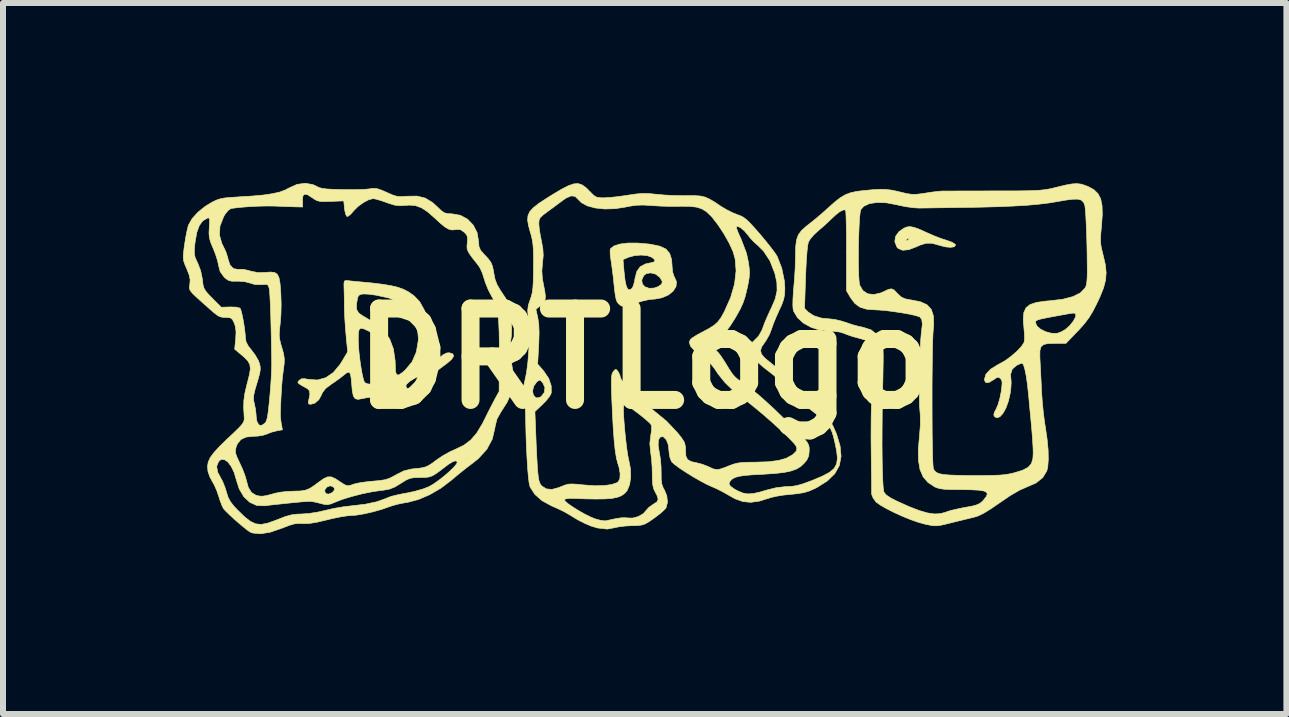
<source format=kicad_pcb>
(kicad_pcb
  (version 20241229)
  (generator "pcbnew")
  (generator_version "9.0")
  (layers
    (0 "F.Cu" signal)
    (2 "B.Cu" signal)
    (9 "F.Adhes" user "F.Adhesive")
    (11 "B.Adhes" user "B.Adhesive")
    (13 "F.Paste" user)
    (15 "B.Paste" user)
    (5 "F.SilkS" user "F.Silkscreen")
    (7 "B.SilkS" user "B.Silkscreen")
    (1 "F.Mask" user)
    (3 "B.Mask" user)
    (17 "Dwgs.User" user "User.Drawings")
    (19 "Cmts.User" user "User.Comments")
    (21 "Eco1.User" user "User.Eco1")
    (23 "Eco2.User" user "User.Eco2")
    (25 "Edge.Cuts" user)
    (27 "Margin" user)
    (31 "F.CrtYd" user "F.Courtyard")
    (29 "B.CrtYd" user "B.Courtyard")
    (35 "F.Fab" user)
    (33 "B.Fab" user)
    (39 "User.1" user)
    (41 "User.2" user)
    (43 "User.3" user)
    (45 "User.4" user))
  (footprint "DRTLogo"
    (layer "F.Cu")
    (at 7.697 2.928)
    (property "Reference" "DRTLogo" (at 0 0 180) (layer "F.SilkS") (effects (font (size 1.524 1.524) (thickness 0.3))))
    (attr through_hole)
    (fp_poly (pts (xy 4.49 -2.188) (xy 4.577 -2.157) (xy 4.696 -2.103) (xy 4.709 -2.097) (xy 4.821 -2.048) (xy 4.939 -2.002) (xy 5.036 -1.971) (xy 5.127 -1.938) (xy 5.175 -1.907) (xy 5.182 -1.892) (xy 5.16 -1.864) (xy 5.101 -1.855) (xy 5.017 -1.862) (xy 4.918 -1.887) (xy 4.902 -1.892) (xy 4.79 -1.923) (xy 4.693 -1.923) (xy 4.591 -1.892) (xy 4.534 -1.866) (xy 4.404 -1.816) (xy 4.301 -1.806) (xy 4.227 -1.836) (xy 4.205 -1.86) (xy 4.17 -1.948) (xy 4.172 -1.963) (xy 4.346 -1.963) (xy 4.371 -1.968) (xy 4.376 -1.97) (xy 4.407 -1.99) (xy 4.408 -2.002) (xy 4.381 -1.999) (xy 4.362 -1.984) (xy 4.346 -1.963) (xy 4.172 -1.963) (xy 4.182 -2.036) (xy 4.239 -2.116) (xy 4.322 -2.174) (xy 4.374 -2.195) (xy 4.426 -2.2) (xy 4.49 -2.188)) (stroke (width 0.01) (type solid)) (fill yes) (layer "F.SilkS"))
    (fp_poly (pts (xy 0.071 -1.91) (xy 0.109 -1.904) (xy 0.252 -1.874) (xy 0.353 -1.827) (xy 0.416 -1.755) (xy 0.449 -1.652) (xy 0.458 -1.527) (xy 0.466 -1.444) (xy 0.487 -1.377) (xy 0.496 -1.36) (xy 0.531 -1.28) (xy 0.522 -1.199) (xy 0.474 -1.124) (xy 0.394 -1.06) (xy 0.287 -1.014) (xy 0.161 -0.991) (xy 0.127 -0.99) (xy 0.058 -0.981) (xy -0.038 -0.959) (xy -0.139 -0.927) (xy -0.14 -0.927) (xy -0.244 -0.891) (xy -0.312 -0.872) (xy -0.357 -0.868) (xy -0.391 -0.88) (xy -0.427 -0.906) (xy -0.429 -0.908) (xy -0.455 -0.937) (xy -0.474 -0.981) (xy -0.489 -1.051) (xy -0.503 -1.157) (xy -0.509 -1.219) (xy -0.523 -1.352) (xy -0.54 -1.485) (xy -0.555 -1.599) (xy -0.562 -1.643) (xy -0.563 -1.651) (xy -0.361 -1.651) (xy -0.343 -1.442) (xy -0.326 -1.296) (xy -0.304 -1.2) (xy -0.276 -1.151) (xy -0.241 -1.147) (xy -0.206 -1.177) (xy -0.186 -1.222) (xy -0.167 -1.295) (xy -0.165 -1.31) (xy -0.049 -1.31) (xy -0.039 -1.245) (xy 0.005 -1.197) (xy 0.074 -1.172) (xy 0.159 -1.176) (xy 0.227 -1.201) (xy 0.283 -1.241) (xy 0.294 -1.286) (xy 0.259 -1.345) (xy 0.249 -1.358) (xy 0.181 -1.409) (xy 0.101 -1.429) (xy 0.027 -1.418) (xy -0.016 -1.383) (xy -0.049 -1.31) (xy -0.165 -1.31) (xy -0.162 -1.331) (xy -0.131 -1.452) (xy -0.074 -1.532) (xy 0.013 -1.578) (xy 0.064 -1.589) (xy 0.143 -1.606) (xy 0.173 -1.628) (xy 0.157 -1.659) (xy 0.121 -1.688) (xy 0.047 -1.716) (xy -0.055 -1.726) (xy -0.166 -1.718) (xy -0.266 -1.691) (xy -0.27 -1.689) (xy -0.361 -1.651) (xy -0.563 -1.651) (xy -0.574 -1.73) (xy -0.576 -1.799) (xy -0.571 -1.83) (xy -0.514 -1.877) (xy -0.415 -1.909) (xy -0.28 -1.926) (xy -0.116 -1.926) (xy 0.071 -1.91)) (stroke (width 0.01) (type solid)) (fill yes) (layer "F.SilkS"))
    (fp_poly (pts (xy -4.953 -1.3) (xy -4.89 -1.293) (xy -4.802 -1.284) (xy -4.763 -1.281) (xy -4.543 -1.26) (xy -4.367 -1.239) (xy -4.226 -1.215) (xy -4.113 -1.188) (xy -4.021 -1.155) (xy -3.941 -1.114) (xy -3.866 -1.062) (xy -3.838 -1.04) (xy -3.75 -0.947) (xy -3.678 -0.818) (xy -3.619 -0.647) (xy -3.596 -0.557) (xy -3.577 -0.465) (xy -3.571 -0.388) (xy -3.578 -0.304) (xy -3.595 -0.205) (xy -3.62 -0.061) (xy -3.627 0.037) (xy -3.616 0.091) (xy -3.585 0.104) (xy -3.531 0.077) (xy -3.454 0.013) (xy -3.437 -0.002) (xy -3.359 -0.065) (xy -3.299 -0.094) (xy -3.257 -0.097) (xy -3.198 -0.078) (xy -3.185 -0.04) (xy -3.219 0.013) (xy -3.293 0.077) (xy -3.367 0.132) (xy -3.432 0.18) (xy -3.46 0.201) (xy -3.513 0.226) (xy -3.593 0.248) (xy -3.64 0.257) (xy -3.73 0.282) (xy -3.825 0.323) (xy -3.908 0.373) (xy -3.966 0.424) (xy -3.981 0.45) (xy -3.971 0.487) (xy -3.939 0.525) (xy -3.899 0.576) (xy -3.886 0.619) (xy -3.891 0.647) (xy -3.915 0.658) (xy -3.971 0.653) (xy -4.007 0.647) (xy -4.107 0.637) (xy -4.235 0.633) (xy -4.374 0.634) (xy -4.51 0.64) (xy -4.626 0.651) (xy -4.705 0.666) (xy -4.777 0.68) (xy -4.826 0.668) (xy -4.856 0.624) (xy -4.874 0.54) (xy -4.882 0.448) (xy -4.892 0.331) (xy -4.905 0.258) (xy -4.925 0.227) (xy -4.956 0.23) (xy -5.003 0.264) (xy -5.012 0.272) (xy -5.08 0.326) (xy -5.168 0.389) (xy -5.225 0.427) (xy -5.319 0.498) (xy -5.373 0.568) (xy -5.385 0.599) (xy -5.433 0.687) (xy -5.503 0.745) (xy -5.571 0.762) (xy -5.603 0.754) (xy -5.606 0.72) (xy -5.6 0.692) (xy -5.581 0.599) (xy -5.587 0.54) (xy -5.619 0.503) (xy -5.626 0.499) (xy -5.713 0.451) (xy -5.762 0.42) (xy -5.781 0.399) (xy -5.776 0.382) (xy -5.757 0.361) (xy -5.721 0.337) (xy -5.669 0.335) (xy -5.608 0.346) (xy -5.456 0.357) (xy -5.317 0.319) (xy -5.19 0.232) (xy -5.077 0.096) (xy -5.047 0.048) (xy -4.951 -0.113) (xy -4.971 -0.314) (xy -4.775 -0.314) (xy -4.771 -0.208) (xy -4.76 -0.083) (xy -4.744 0.048) (xy -4.725 0.173) (xy -4.705 0.282) (xy -4.684 0.362) (xy -4.667 0.4) (xy -4.627 0.419) (xy -4.549 0.43) (xy -4.493 0.432) (xy -4.409 0.43) (xy -4.362 0.421) (xy -4.339 0.4) (xy -4.328 0.366) (xy -4.321 0.303) (xy -4.322 0.205) (xy -4.328 0.09) (xy -4.338 -0.029) (xy -4.351 -0.134) (xy -4.367 -0.21) (xy -4.371 -0.223) (xy -4.44 -0.335) (xy -4.55 -0.43) (xy -4.603 -0.46) (xy -4.683 -0.497) (xy -4.734 -0.507) (xy -4.761 -0.483) (xy -4.773 -0.42) (xy -4.775 -0.314) (xy -4.971 -0.314) (xy -4.977 -0.381) (xy -4.989 -0.521) (xy -4.999 -0.67) (xy -5.005 -0.803) (xy -5.006 -0.851) (xy -5.006 -0.894) (xy -4.806 -0.894) (xy -4.801 -0.816) (xy -4.768 -0.76) (xy -4.703 -0.714) (xy -4.68 -0.701) (xy -4.492 -0.59) (xy -4.351 -0.467) (xy -4.251 -0.327) (xy -4.189 -0.162) (xy -4.16 0.036) (xy -4.157 0.133) (xy -4.152 0.224) (xy -4.134 0.27) (xy -4.098 0.272) (xy -4.038 0.232) (xy -3.991 0.19) (xy -3.878 0.055) (xy -3.806 -0.11) (xy -3.774 -0.3) (xy -3.773 -0.343) (xy -3.791 -0.536) (xy -3.847 -0.698) (xy -3.944 -0.83) (xy -4.081 -0.934) (xy -4.259 -1.009) (xy -4.477 -1.057) (xy -4.604 -1.074) (xy -4.69 -1.078) (xy -4.744 -1.069) (xy -4.774 -1.044) (xy -4.787 -1.007) (xy -4.806 -0.894) (xy -5.006 -0.894) (xy -5.007 -0.969) (xy -5.009 -1.086) (xy -5.012 -1.178) (xy -5.012 -1.181) (xy -5.013 -1.256) (xy -5.005 -1.292) (xy -4.982 -1.302) (xy -4.953 -1.3)) (stroke (width 0.01) (type solid)) (fill yes) (layer "F.SilkS"))
    (fp_poly (pts (xy 7.279 -2.908) (xy 7.351 -2.884) (xy 7.392 -2.868) (xy 7.488 -2.816) (xy 7.557 -2.75) (xy 7.602 -2.663) (xy 7.625 -2.549) (xy 7.629 -2.4) (xy 7.616 -2.216) (xy 7.604 -2.087) (xy 7.599 -1.993) (xy 7.602 -1.915) (xy 7.614 -1.839) (xy 7.637 -1.748) (xy 7.645 -1.715) (xy 7.68 -1.564) (xy 7.693 -1.434) (xy 7.684 -1.31) (xy 7.65 -1.179) (xy 7.589 -1.028) (xy 7.546 -0.935) (xy 7.475 -0.795) (xy 7.408 -0.684) (xy 7.333 -0.584) (xy 7.237 -0.477) (xy 7.219 -0.458) (xy 7.023 -0.254) (xy 6.841 -0.254) (xy 6.726 -0.251) (xy 6.651 -0.235) (xy 6.607 -0.198) (xy 6.589 -0.132) (xy 6.588 -0.027) (xy 6.591 0.034) (xy 6.597 0.147) (xy 6.604 0.29) (xy 6.612 0.443) (xy 6.617 0.554) (xy 6.628 0.713) (xy 6.645 0.89) (xy 6.666 1.059) (xy 6.681 1.151) (xy 6.709 1.344) (xy 6.726 1.524) (xy 6.729 1.68) (xy 6.72 1.803) (xy 6.704 1.872) (xy 6.637 1.983) (xy 6.526 2.072) (xy 6.38 2.136) (xy 6.252 2.192) (xy 6.095 2.283) (xy 5.92 2.402) (xy 5.77 2.505) (xy 5.652 2.578) (xy 5.558 2.623) (xy 5.498 2.642) (xy 5.417 2.662) (xy 5.304 2.689) (xy 5.181 2.719) (xy 5.126 2.733) (xy 5.009 2.762) (xy 4.927 2.78) (xy 4.866 2.787) (xy 4.81 2.786) (xy 4.747 2.775) (xy 4.661 2.757) (xy 4.661 2.757) (xy 4.555 2.727) (xy 4.428 2.682) (xy 4.291 2.626) (xy 4.155 2.564) (xy 4.031 2.501) (xy 3.93 2.443) (xy 3.863 2.395) (xy 3.854 2.387) (xy 3.809 2.324) (xy 3.785 2.265) (xy 3.784 2.254) (xy 3.784 2.214) (xy 3.783 2.131) (xy 3.782 2.011) (xy 3.78 1.863) (xy 3.778 1.692) (xy 3.776 1.511) (xy 3.774 1.322) (xy 3.775 1.142) (xy 3.776 0.98) (xy 3.779 0.845) (xy 3.783 0.745) (xy 3.788 0.691) (xy 3.795 0.615) (xy 3.802 0.503) (xy 3.808 0.367) (xy 3.812 0.223) (xy 3.812 0.19) (xy 3.813 0.025) (xy 3.809 -0.098) (xy 3.796 -0.184) (xy 3.77 -0.244) (xy 3.729 -0.284) (xy 3.668 -0.312) (xy 3.584 -0.336) (xy 3.567 -0.341) (xy 3.468 -0.368) (xy 3.379 -0.398) (xy 3.325 -0.42) (xy 3.256 -0.442) (xy 3.156 -0.455) (xy 3.081 -0.457) (xy 2.923 -0.474) (xy 2.775 -0.521) (xy 2.647 -0.592) (xy 2.548 -0.682) (xy 2.486 -0.785) (xy 2.474 -0.827) (xy 2.474 -0.838) (xy 2.665 -0.838) (xy 2.726 -0.776) (xy 2.819 -0.715) (xy 2.946 -0.675) (xy 3.092 -0.661) (xy 3.174 -0.651) (xy 3.277 -0.627) (xy 3.359 -0.601) (xy 3.464 -0.565) (xy 3.572 -0.536) (xy 3.638 -0.523) (xy 3.774 -0.479) (xy 3.882 -0.394) (xy 3.945 -0.298) (xy 3.959 -0.262) (xy 3.968 -0.215) (xy 3.974 -0.149) (xy 3.977 -0.057) (xy 3.976 0.068) (xy 3.973 0.234) (xy 3.972 0.305) (xy 3.965 0.61) (xy 3.96 0.902) (xy 3.958 1.176) (xy 3.957 1.429) (xy 3.959 1.655) (xy 3.962 1.85) (xy 3.968 2.01) (xy 3.975 2.131) (xy 3.984 2.207) (xy 3.989 2.227) (xy 4.026 2.273) (xy 4.105 2.326) (xy 4.21 2.379) (xy 4.411 2.469) (xy 4.577 2.533) (xy 4.714 2.573) (xy 4.829 2.59) (xy 4.928 2.585) (xy 5.019 2.561) (xy 5.032 2.555) (xy 5.097 2.534) (xy 5.194 2.511) (xy 5.306 2.487) (xy 5.347 2.48) (xy 5.461 2.459) (xy 5.537 2.438) (xy 5.59 2.413) (xy 5.631 2.378) (xy 5.645 2.363) (xy 5.691 2.306) (xy 5.711 2.262) (xy 5.701 2.23) (xy 5.657 2.208) (xy 5.575 2.194) (xy 5.45 2.187) (xy 5.28 2.184) (xy 5.241 2.184) (xy 5.099 2.183) (xy 4.996 2.178) (xy 4.922 2.168) (xy 4.866 2.152) (xy 4.831 2.136) (xy 4.722 2.064) (xy 4.642 1.97) (xy 4.59 1.849) (xy 4.564 1.697) (xy 4.562 1.508) (xy 4.579 1.321) (xy 4.596 1.108) (xy 4.594 0.926) (xy 4.589 0.876) (xy 4.583 0.792) (xy 4.58 0.668) (xy 4.579 0.515) (xy 4.58 0.344) (xy 4.583 0.166) (xy 4.588 -0.01) (xy 4.594 -0.173) (xy 4.602 -0.312) (xy 4.611 -0.416) (xy 4.616 -0.457) (xy 4.629 -0.576) (xy 4.619 -0.654) (xy 4.585 -0.696) (xy 4.577 -0.699) (xy 4.511 -0.719) (xy 4.407 -0.742) (xy 4.282 -0.764) (xy 4.147 -0.784) (xy 4.017 -0.801) (xy 3.906 -0.81) (xy 3.852 -0.812) (xy 3.703 -0.823) (xy 3.59 -0.857) (xy 3.504 -0.92) (xy 3.434 -1.013) (xy 3.365 -1.13) (xy 3.365 -1.618) (xy 3.563 -1.618) (xy 3.565 -1.475) (xy 3.57 -1.355) (xy 3.577 -1.267) (xy 3.584 -1.226) (xy 3.636 -1.135) (xy 3.717 -1.081) (xy 3.82 -1.068) (xy 3.94 -1.096) (xy 3.988 -1.118) (xy 4.065 -1.154) (xy 4.115 -1.163) (xy 4.159 -1.142) (xy 4.212 -1.088) (xy 4.217 -1.082) (xy 4.275 -1.028) (xy 4.337 -0.998) (xy 4.425 -0.98) (xy 4.44 -0.978) (xy 4.595 -0.948) (xy 4.706 -0.898) (xy 4.777 -0.822) (xy 4.813 -0.714) (xy 4.818 -0.57) (xy 4.813 -0.51) (xy 4.807 -0.43) (xy 4.802 -0.311) (xy 4.798 -0.16) (xy 4.795 0.017) (xy 4.793 0.212) (xy 4.791 0.421) (xy 4.791 0.636) (xy 4.791 0.851) (xy 4.792 1.061) (xy 4.793 1.258) (xy 4.796 1.437) (xy 4.799 1.59) (xy 4.803 1.712) (xy 4.808 1.797) (xy 4.813 1.838) (xy 4.814 1.839) (xy 4.836 1.874) (xy 4.867 1.9) (xy 4.913 1.919) (xy 4.982 1.933) (xy 5.08 1.941) (xy 5.213 1.946) (xy 5.387 1.949) (xy 5.467 1.949) (xy 5.653 1.949) (xy 5.798 1.947) (xy 5.911 1.943) (xy 6.001 1.935) (xy 6.079 1.923) (xy 6.154 1.906) (xy 6.172 1.901) (xy 6.304 1.86) (xy 6.393 1.812) (xy 6.447 1.751) (xy 6.472 1.667) (xy 6.477 1.58) (xy 6.475 1.491) (xy 6.468 1.371) (xy 6.458 1.238) (xy 6.452 1.162) (xy 6.438 1.011) (xy 6.421 0.837) (xy 6.406 0.67) (xy 6.4 0.607) (xy 6.381 0.431) (xy 6.36 0.285) (xy 6.337 0.174) (xy 6.315 0.103) (xy 6.294 0.076) (xy 6.294 0.076) (xy 6.257 0.087) (xy 6.2 0.113) (xy 6.197 0.115) (xy 6.128 0.176) (xy 6.099 0.264) (xy 6.106 0.342) (xy 6.11 0.399) (xy 6.105 0.486) (xy 6.093 0.582) (xy 6.063 0.712) (xy 6.022 0.825) (xy 5.973 0.913) (xy 5.922 0.969) (xy 5.872 0.987) (xy 5.836 0.97) (xy 5.82 0.94) (xy 5.83 0.896) (xy 5.858 0.843) (xy 5.89 0.77) (xy 5.92 0.668) (xy 5.942 0.561) (xy 5.955 0.461) (xy 5.959 0.397) (xy 5.951 0.359) (xy 5.932 0.333) (xy 5.902 0.311) (xy 5.869 0.317) (xy 5.818 0.351) (xy 5.74 0.397) (xy 5.689 0.402) (xy 5.666 0.365) (xy 5.664 0.346) (xy 5.689 0.261) (xy 5.764 0.179) (xy 5.886 0.103) (xy 5.911 0.09) (xy 6.009 0.035) (xy 6.111 -0.04) (xy 6.206 -0.122) (xy 6.281 -0.202) (xy 6.324 -0.268) (xy 6.325 -0.27) (xy 6.332 -0.321) (xy 6.332 -0.404) (xy 6.323 -0.503) (xy 6.323 -0.51) (xy 6.315 -0.6) (xy 6.515 -0.6) (xy 6.538 -0.544) (xy 6.598 -0.492) (xy 6.682 -0.449) (xy 6.777 -0.423) (xy 6.867 -0.421) (xy 6.882 -0.423) (xy 6.947 -0.447) (xy 7.014 -0.485) (xy 7.086 -0.549) (xy 7.146 -0.624) (xy 7.183 -0.695) (xy 7.188 -0.725) (xy 7.18 -0.752) (xy 7.147 -0.759) (xy 7.093 -0.752) (xy 6.909 -0.719) (xy 6.769 -0.693) (xy 6.666 -0.673) (xy 6.596 -0.658) (xy 6.552 -0.644) (xy 6.528 -0.632) (xy 6.517 -0.619) (xy 6.515 -0.604) (xy 6.515 -0.6) (xy 6.315 -0.6) (xy 6.311 -0.657) (xy 6.321 -0.768) (xy 6.357 -0.847) (xy 6.427 -0.902) (xy 6.534 -0.937) (xy 6.684 -0.958) (xy 6.753 -0.964) (xy 6.968 -0.989) (xy 7.138 -1.033) (xy 7.263 -1.095) (xy 7.34 -1.174) (xy 7.341 -1.175) (xy 7.355 -1.202) (xy 7.365 -1.236) (xy 7.372 -1.284) (xy 7.377 -1.352) (xy 7.379 -1.446) (xy 7.378 -1.574) (xy 7.376 -1.743) (xy 7.374 -1.862) (xy 7.369 -2.039) (xy 7.363 -2.202) (xy 7.356 -2.345) (xy 7.349 -2.458) (xy 7.341 -2.534) (xy 7.337 -2.559) (xy 7.314 -2.61) (xy 7.277 -2.643) (xy 7.22 -2.658) (xy 7.134 -2.657) (xy 7.012 -2.641) (xy 6.899 -2.621) (xy 6.743 -2.595) (xy 6.57 -2.574) (xy 6.373 -2.556) (xy 6.148 -2.543) (xy 5.889 -2.532) (xy 5.588 -2.524) (xy 5.334 -2.52) (xy 5.155 -2.518) (xy 4.983 -2.515) (xy 4.829 -2.513) (xy 4.702 -2.511) (xy 4.612 -2.51) (xy 4.585 -2.509) (xy 4.483 -2.515) (xy 4.357 -2.532) (xy 4.229 -2.558) (xy 4.21 -2.563) (xy 4.032 -2.597) (xy 3.876 -2.603) (xy 3.747 -2.584) (xy 3.652 -2.539) (xy 3.604 -2.484) (xy 3.593 -2.439) (xy 3.583 -2.353) (xy 3.576 -2.234) (xy 3.57 -2.092) (xy 3.565 -1.936) (xy 3.563 -1.775) (xy 3.563 -1.618) (xy 3.365 -1.618) (xy 3.365 -1.795) (xy 3.365 -1.974) (xy 3.363 -2.136) (xy 3.36 -2.274) (xy 3.357 -2.381) (xy 3.353 -2.451) (xy 3.349 -2.476) (xy 3.313 -2.479) (xy 3.252 -2.449) (xy 3.177 -2.39) (xy 3.123 -2.339) (xy 3.054 -2.273) (xy 2.967 -2.194) (xy 2.898 -2.136) (xy 2.823 -2.067) (xy 2.762 -1.996) (xy 2.731 -1.946) (xy 2.718 -1.89) (xy 2.707 -1.79) (xy 2.696 -1.65) (xy 2.687 -1.477) (xy 2.682 -1.352) (xy 2.665 -0.838) (xy 2.474 -0.838) (xy 2.47 -0.89) (xy 2.472 -0.987) (xy 2.479 -1.105) (xy 2.486 -1.188) (xy 2.499 -1.34) (xy 2.509 -1.511) (xy 2.514 -1.671) (xy 2.515 -1.724) (xy 2.518 -1.871) (xy 2.532 -1.979) (xy 2.562 -2.063) (xy 2.615 -2.135) (xy 2.695 -2.207) (xy 2.748 -2.248) (xy 2.836 -2.318) (xy 2.938 -2.404) (xy 3.035 -2.49) (xy 3.038 -2.493) (xy 3.159 -2.601) (xy 3.257 -2.679) (xy 3.346 -2.732) (xy 3.436 -2.766) (xy 3.54 -2.788) (xy 3.652 -2.801) (xy 3.808 -2.816) (xy 3.929 -2.822) (xy 4.03 -2.819) (xy 4.126 -2.807) (xy 4.231 -2.784) (xy 4.278 -2.772) (xy 4.378 -2.749) (xy 4.456 -2.738) (xy 4.534 -2.739) (xy 4.632 -2.751) (xy 4.678 -2.758) (xy 4.786 -2.775) (xy 4.885 -2.787) (xy 4.955 -2.793) (xy 4.966 -2.793) (xy 5.01 -2.793) (xy 5.097 -2.793) (xy 5.222 -2.794) (xy 5.377 -2.794) (xy 5.555 -2.794) (xy 5.75 -2.795) (xy 5.837 -2.795) (xy 6.061 -2.795) (xy 6.241 -2.796) (xy 6.384 -2.798) (xy 6.498 -2.802) (xy 6.589 -2.807) (xy 6.664 -2.815) (xy 6.731 -2.825) (xy 6.795 -2.839) (xy 6.865 -2.856) (xy 6.877 -2.859) (xy 7.019 -2.893) (xy 7.125 -2.912) (xy 7.207 -2.917) (xy 7.279 -2.908)) (stroke (width 0.01) (type solid)) (fill yes) (layer "F.SilkS"))
    (fp_poly (pts (xy -1.039 -2.894) (xy -0.972 -2.844) (xy -0.903 -2.774) (xy -0.846 -2.718) (xy -0.797 -2.69) (xy -0.731 -2.681) (xy -0.681 -2.68) (xy -0.596 -2.685) (xy -0.48 -2.696) (xy -0.352 -2.713) (xy -0.285 -2.723) (xy -0.144 -2.744) (xy -0.031 -2.753) (xy 0.075 -2.751) (xy 0.197 -2.739) (xy 0.198 -2.739) (xy 0.325 -2.727) (xy 0.478 -2.719) (xy 0.63 -2.716) (xy 0.69 -2.717) (xy 0.823 -2.717) (xy 0.922 -2.711) (xy 1.005 -2.693) (xy 1.085 -2.657) (xy 1.179 -2.601) (xy 1.27 -2.539) (xy 1.369 -2.48) (xy 1.476 -2.427) (xy 1.543 -2.401) (xy 1.6 -2.38) (xy 1.65 -2.353) (xy 1.701 -2.314) (xy 1.762 -2.254) (xy 1.841 -2.167) (xy 1.92 -2.077) (xy 2.011 -1.968) (xy 2.093 -1.866) (xy 2.159 -1.779) (xy 2.201 -1.717) (xy 2.209 -1.704) (xy 2.285 -1.508) (xy 2.329 -1.295) (xy 2.337 -1.169) (xy 2.333 -1.071) (xy 2.317 -0.987) (xy 2.284 -0.896) (xy 2.245 -0.812) (xy 2.196 -0.703) (xy 2.15 -0.593) (xy 2.118 -0.503) (xy 2.116 -0.495) (xy 2.078 -0.398) (xy 2.025 -0.304) (xy 2.005 -0.275) (xy 1.951 -0.197) (xy 1.931 -0.133) (xy 1.948 -0.073) (xy 2.004 -0.008) (xy 2.101 0.071) (xy 2.109 0.077) (xy 2.21 0.16) (xy 2.313 0.256) (xy 2.395 0.346) (xy 2.402 0.355) (xy 2.474 0.437) (xy 2.571 0.532) (xy 2.678 0.627) (xy 2.731 0.672) (xy 2.878 0.793) (xy 2.988 0.902) (xy 3.073 1.009) (xy 3.14 1.125) (xy 3.198 1.257) (xy 3.258 1.456) (xy 3.274 1.63) (xy 3.245 1.783) (xy 3.169 1.919) (xy 3.046 2.039) (xy 2.874 2.147) (xy 2.845 2.162) (xy 2.749 2.205) (xy 2.659 2.233) (xy 2.554 2.251) (xy 2.438 2.263) (xy 2.317 2.275) (xy 2.2 2.294) (xy 2.108 2.315) (xy 2.083 2.323) (xy 1.912 2.376) (xy 1.767 2.396) (xy 1.636 2.383) (xy 1.505 2.336) (xy 1.402 2.278) (xy 1.302 2.221) (xy 1.195 2.167) (xy 1.128 2.138) (xy 1.037 2.097) (xy 0.928 2.039) (xy 0.809 1.971) (xy 0.693 1.899) (xy 0.588 1.83) (xy 0.505 1.769) (xy 0.454 1.724) (xy 0.447 1.715) (xy 0.421 1.649) (xy 0.407 1.565) (xy 0.406 1.544) (xy 0.394 1.437) (xy 0.362 1.354) (xy 0.315 1.306) (xy 0.298 1.3) (xy 0.253 1.312) (xy 0.228 1.365) (xy 0.225 1.453) (xy 0.244 1.564) (xy 0.262 1.67) (xy 0.273 1.798) (xy 0.275 1.905) (xy 0.276 2.015) (xy 0.286 2.092) (xy 0.308 2.153) (xy 0.326 2.184) (xy 0.369 2.287) (xy 0.38 2.394) (xy 0.357 2.486) (xy 0.356 2.488) (xy 0.324 2.524) (xy 0.263 2.579) (xy 0.182 2.641) (xy 0.159 2.658) (xy 0.073 2.718) (xy 0.009 2.755) (xy -0.051 2.775) (xy -0.125 2.783) (xy -0.216 2.785) (xy -0.323 2.791) (xy -0.418 2.802) (xy -0.484 2.815) (xy -0.491 2.817) (xy -0.625 2.842) (xy -0.783 2.824) (xy -0.889 2.793) (xy -0.996 2.748) (xy -1.108 2.691) (xy -1.156 2.663) (xy -1.263 2.597) (xy -1.352 2.547) (xy -1.448 2.501) (xy -1.551 2.456) (xy -1.71 2.369) (xy -1.728 2.353) (xy -1.339 2.353) (xy -1.323 2.38) (xy -1.272 2.423) (xy -1.195 2.476) (xy -1.102 2.534) (xy -1.004 2.59) (xy -0.909 2.637) (xy -0.828 2.671) (xy -0.827 2.671) (xy -0.744 2.694) (xy -0.674 2.705) (xy -0.648 2.704) (xy -0.593 2.692) (xy -0.513 2.675) (xy -0.475 2.667) (xy -0.39 2.654) (xy -0.317 2.653) (xy -0.295 2.656) (xy -0.202 2.659) (xy -0.105 2.633) (xy -0.022 2.585) (xy 0.015 2.542) (xy 0.069 2.481) (xy 0.14 2.431) (xy 0.143 2.429) (xy 0.204 2.39) (xy 0.225 2.345) (xy 0.206 2.281) (xy 0.178 2.229) (xy 0.151 2.173) (xy 0.135 2.104) (xy 0.128 2.008) (xy 0.127 1.929) (xy 0.124 1.805) (xy 0.115 1.679) (xy 0.102 1.577) (xy 0.1 1.565) (xy 0.086 1.416) (xy 0.101 1.286) (xy 0.114 1.202) (xy 0.116 1.134) (xy 0.112 1.109) (xy 0.086 1.076) (xy 0.028 1.023) (xy -0.053 0.956) (xy -0.124 0.901) (xy -0.221 0.829) (xy -0.285 0.785) (xy -0.324 0.766) (xy -0.343 0.768) (xy -0.351 0.787) (xy -0.354 0.85) (xy -0.351 0.95) (xy -0.342 1.077) (xy -0.33 1.218) (xy -0.315 1.361) (xy -0.299 1.495) (xy -0.283 1.607) (xy -0.267 1.685) (xy -0.265 1.692) (xy -0.238 1.831) (xy -0.233 1.971) (xy -0.25 2.096) (xy -0.288 2.192) (xy -0.296 2.204) (xy -0.337 2.25) (xy -0.388 2.286) (xy -0.455 2.312) (xy -0.543 2.33) (xy -0.658 2.339) (xy -0.807 2.341) (xy -0.996 2.338) (xy -1.192 2.33) (xy -1.28 2.332) (xy -1.331 2.344) (xy -1.339 2.353) (xy -1.728 2.353) (xy -1.83 2.264) (xy -1.906 2.147) (xy -1.914 2.126) (xy -1.927 2.067) (xy -1.939 1.965) (xy -1.951 1.828) (xy -1.961 1.661) (xy -1.971 1.474) (xy -1.978 1.273) (xy -1.983 1.066) (xy -1.986 0.889) (xy -1.986 0.883) (xy -1.83 0.883) (xy -1.816 1.235) (xy -1.807 1.462) (xy -1.798 1.644) (xy -1.79 1.786) (xy -1.782 1.894) (xy -1.773 1.974) (xy -1.763 2.031) (xy -1.75 2.071) (xy -1.735 2.099) (xy -1.716 2.122) (xy -1.713 2.125) (xy -1.639 2.172) (xy -1.547 2.181) (xy -1.431 2.15) (xy -1.385 2.131) (xy -1.327 2.108) (xy -1.275 2.094) (xy -1.216 2.09) (xy -1.135 2.094) (xy -1.019 2.106) (xy -1.007 2.107) (xy -0.831 2.12) (xy -0.676 2.117) (xy -0.549 2.099) (xy -0.46 2.068) (xy -0.441 2.054) (xy -0.413 2.001) (xy -0.409 1.915) (xy -0.428 1.809) (xy -0.447 1.749) (xy -0.47 1.663) (xy -0.491 1.535) (xy -0.509 1.363) (xy -0.525 1.144) (xy -0.539 0.878) (xy -0.548 0.673) (xy -0.553 0.517) (xy -0.555 0.403) (xy -0.553 0.324) (xy -0.547 0.271) (xy -0.536 0.236) (xy -0.523 0.216) (xy -0.491 0.181) (xy -0.469 0.186) (xy -0.445 0.214) (xy -0.414 0.272) (xy -0.406 0.31) (xy -0.388 0.352) (xy -0.337 0.418) (xy -0.261 0.502) (xy -0.166 0.596) (xy -0.061 0.693) (xy 0.047 0.787) (xy 0.152 0.868) (xy 0.367 1.045) (xy 0.552 1.242) (xy 0.617 1.324) (xy 0.664 1.399) (xy 0.681 1.476) (xy 0.682 1.537) (xy 0.687 1.626) (xy 0.715 1.683) (xy 0.778 1.718) (xy 0.866 1.737) (xy 0.96 1.761) (xy 1.055 1.798) (xy 1.068 1.804) (xy 1.138 1.837) (xy 1.195 1.85) (xy 1.255 1.843) (xy 1.335 1.816) (xy 1.397 1.791) (xy 1.47 1.763) (xy 1.538 1.744) (xy 1.616 1.733) (xy 1.717 1.728) (xy 1.849 1.727) (xy 2.06 1.72) (xy 2.228 1.699) (xy 2.359 1.662) (xy 2.459 1.607) (xy 2.482 1.589) (xy 2.527 1.543) (xy 2.537 1.502) (xy 2.527 1.464) (xy 2.498 1.422) (xy 2.436 1.355) (xy 2.347 1.267) (xy 2.238 1.165) (xy 2.116 1.054) (xy 1.986 0.941) (xy 1.856 0.832) (xy 1.732 0.732) (xy 1.638 0.66) (xy 1.472 0.528) (xy 1.339 0.399) (xy 1.227 0.26) (xy 1.16 0.16) (xy 1.102 0.088) (xy 1.018 0.009) (xy 0.939 -0.051) (xy 0.826 -0.138) (xy 0.767 -0.205) (xy 1.147 -0.205) (xy 1.163 -0.158) (xy 1.192 -0.134) (xy 1.229 -0.098) (xy 1.279 -0.031) (xy 1.335 0.054) (xy 1.344 0.069) (xy 1.408 0.174) (xy 1.456 0.247) (xy 1.499 0.299) (xy 1.548 0.342) (xy 1.613 0.389) (xy 1.648 0.413) (xy 1.758 0.492) (xy 1.881 0.591) (xy 2.022 0.715) (xy 2.187 0.868) (xy 2.379 1.054) (xy 2.432 1.105) (xy 2.545 1.217) (xy 2.626 1.299) (xy 2.682 1.36) (xy 2.716 1.406) (xy 2.734 1.444) (xy 2.742 1.481) (xy 2.743 1.523) (xy 2.743 1.531) (xy 2.735 1.621) (xy 2.703 1.691) (xy 2.666 1.737) (xy 2.606 1.795) (xy 2.533 1.84) (xy 2.442 1.873) (xy 2.323 1.898) (xy 2.17 1.915) (xy 1.974 1.928) (xy 1.956 1.929) (xy 1.787 1.938) (xy 1.661 1.949) (xy 1.57 1.963) (xy 1.505 1.982) (xy 1.459 2.008) (xy 1.424 2.043) (xy 1.424 2.043) (xy 1.406 2.085) (xy 1.429 2.127) (xy 1.494 2.174) (xy 1.557 2.208) (xy 1.64 2.242) (xy 1.72 2.256) (xy 1.811 2.25) (xy 1.926 2.224) (xy 2.014 2.197) (xy 2.189 2.153) (xy 2.349 2.134) (xy 2.37 2.134) (xy 2.455 2.13) (xy 2.541 2.116) (xy 2.641 2.087) (xy 2.769 2.04) (xy 2.803 2.027) (xy 2.964 1.959) (xy 3.081 1.897) (xy 3.158 1.832) (xy 3.2 1.756) (xy 3.213 1.66) (xy 3.2 1.537) (xy 3.171 1.398) (xy 3.148 1.302) (xy 3.124 1.224) (xy 3.094 1.159) (xy 3.051 1.098) (xy 2.989 1.034) (xy 2.904 0.96) (xy 2.788 0.868) (xy 2.674 0.78) (xy 2.565 0.692) (xy 2.462 0.601) (xy 2.377 0.518) (xy 2.324 0.458) (xy 2.25 0.37) (xy 2.157 0.282) (xy 2.101 0.237) (xy 1.992 0.153) (xy 1.89 0.066) (xy 1.803 -0.017) (xy 1.739 -0.088) (xy 1.705 -0.139) (xy 1.702 -0.153) (xy 1.72 -0.192) (xy 1.768 -0.248) (xy 1.814 -0.289) (xy 1.901 -0.377) (xy 1.957 -0.478) (xy 1.97 -0.514) (xy 2.003 -0.603) (xy 2.051 -0.714) (xy 2.103 -0.827) (xy 2.112 -0.844) (xy 2.177 -0.996) (xy 2.207 -1.132) (xy 2.204 -1.268) (xy 2.17 -1.422) (xy 2.169 -1.424) (xy 2.089 -1.629) (xy 1.982 -1.792) (xy 1.894 -1.88) (xy 1.818 -1.948) (xy 1.75 -2.022) (xy 1.726 -2.054) (xy 1.669 -2.122) (xy 1.61 -2.175) (xy 1.559 -2.202) (xy 1.531 -2.2) (xy 1.533 -2.171) (xy 1.555 -2.108) (xy 1.592 -2.025) (xy 1.606 -1.996) (xy 1.697 -1.757) (xy 1.729 -1.609) (xy 1.743 -1.506) (xy 1.747 -1.423) (xy 1.741 -1.341) (xy 1.723 -1.239) (xy 1.707 -1.164) (xy 1.676 -1.036) (xy 1.64 -0.929) (xy 1.591 -0.822) (xy 1.521 -0.697) (xy 1.507 -0.673) (xy 1.424 -0.543) (xy 1.341 -0.433) (xy 1.269 -0.352) (xy 1.251 -0.337) (xy 1.176 -0.264) (xy 1.147 -0.205) (xy 0.767 -0.205) (xy 0.762 -0.212) (xy 0.744 -0.275) (xy 0.763 -0.319) (xy 0.803 -0.351) (xy 0.873 -0.395) (xy 0.951 -0.437) (xy 1.072 -0.501) (xy 1.158 -0.556) (xy 1.222 -0.614) (xy 1.274 -0.685) (xy 1.327 -0.78) (xy 1.433 -1.018) (xy 1.499 -1.247) (xy 1.524 -1.464) (xy 1.508 -1.662) (xy 1.475 -1.78) (xy 1.41 -1.923) (xy 1.322 -2.079) (xy 1.223 -2.23) (xy 1.124 -2.357) (xy 1.092 -2.391) (xy 1.023 -2.454) (xy 0.95 -2.498) (xy 0.864 -2.525) (xy 0.753 -2.538) (xy 0.607 -2.54) (xy 0.53 -2.538) (xy 0.412 -2.538) (xy 0.271 -2.542) (xy 0.134 -2.55) (xy 0.114 -2.552) (xy -0.028 -2.56) (xy -0.148 -2.556) (xy -0.27 -2.537) (xy -0.315 -2.527) (xy -0.494 -2.499) (xy -0.667 -2.494) (xy -0.824 -2.511) (xy -0.958 -2.547) (xy -1.059 -2.603) (xy -1.106 -2.652) (xy -1.159 -2.704) (xy -1.225 -2.713) (xy -1.309 -2.677) (xy -1.37 -2.635) (xy -1.45 -2.575) (xy -1.547 -2.503) (xy -1.621 -2.449) (xy -1.697 -2.392) (xy -1.741 -2.35) (xy -1.76 -2.31) (xy -1.764 -2.258) (xy -1.764 -2.246) (xy -1.758 -2.171) (xy -1.742 -2.068) (xy -1.721 -1.96) (xy -1.72 -1.956) (xy -1.697 -1.827) (xy -1.691 -1.719) (xy -1.702 -1.602) (xy -1.703 -1.594) (xy -1.714 -1.462) (xy -1.706 -1.338) (xy -1.689 -1.244) (xy -1.665 -1.122) (xy -1.655 -1.038) (xy -1.66 -0.98) (xy -1.682 -0.937) (xy -1.722 -0.897) (xy -1.732 -0.888) (xy -1.813 -0.821) (xy -1.781 -0.677) (xy -1.765 -0.569) (xy -1.76 -0.431) (xy -1.765 -0.254) (xy -1.767 -0.221) (xy -1.784 0.091) (xy -1.682 0.209) (xy -1.6 0.33) (xy -1.558 0.454) (xy -1.557 0.569) (xy -1.563 0.589) (xy -1.59 0.636) (xy -1.643 0.702) (xy -1.705 0.765) (xy -1.83 0.883) (xy -1.986 0.883) (xy -1.99 0.83) (xy -2.001 0.742) (xy -2.011 0.669) (xy -2.024 0.553) (xy -2.024 0.547) (xy -1.869 0.547) (xy -1.854 0.61) (xy -1.811 0.655) (xy -1.755 0.65) (xy -1.721 0.629) (xy -1.672 0.563) (xy -1.663 0.482) (xy -1.698 0.405) (xy -1.735 0.364) (xy -1.762 0.361) (xy -1.799 0.389) (xy -1.852 0.463) (xy -1.869 0.547) (xy -2.024 0.547) (xy -2.017 0.455) (xy -1.999 0.377) (xy -1.969 0.232) (xy -1.946 0.051) (xy -1.931 -0.15) (xy -1.926 -0.358) (xy -1.931 -0.556) (xy -1.943 -0.699) (xy -1.95 -0.806) (xy -1.938 -0.894) (xy -1.908 -0.983) (xy -1.888 -1.042) (xy -1.873 -1.105) (xy -1.863 -1.184) (xy -1.857 -1.287) (xy -1.854 -1.425) (xy -1.853 -1.516) (xy -1.853 -1.68) (xy -1.855 -1.804) (xy -1.862 -1.901) (xy -1.874 -1.982) (xy -1.892 -2.059) (xy -1.903 -2.095) (xy -1.935 -2.212) (xy -1.951 -2.304) (xy -1.946 -2.38) (xy -1.917 -2.448) (xy -1.858 -2.513) (xy -1.767 -2.585) (xy -1.638 -2.67) (xy -1.542 -2.73) (xy -1.392 -2.82) (xy -1.274 -2.881) (xy -1.182 -2.913) (xy -1.106 -2.917) (xy -1.039 -2.894)) (stroke (width 0.01) (type solid)) (fill yes) (layer "F.SilkS"))
    (fp_poly (pts (xy -5.532 -2.901) (xy -5.471 -2.873) (xy -5.43 -2.852) (xy -5.378 -2.838) (xy -5.304 -2.828) (xy -5.2 -2.822) (xy -5.057 -2.818) (xy -5.039 -2.817) (xy -4.9 -2.816) (xy -4.77 -2.818) (xy -4.662 -2.822) (xy -4.588 -2.829) (xy -4.58 -2.831) (xy -4.516 -2.838) (xy -4.456 -2.832) (xy -4.384 -2.807) (xy -4.302 -2.771) (xy -4.207 -2.729) (xy -4.136 -2.707) (xy -4.067 -2.7) (xy -3.978 -2.705) (xy -3.957 -2.707) (xy -3.795 -2.709) (xy -3.659 -2.676) (xy -3.537 -2.602) (xy -3.454 -2.527) (xy -3.389 -2.464) (xy -3.338 -2.43) (xy -3.283 -2.416) (xy -3.21 -2.413) (xy -3.073 -2.389) (xy -2.952 -2.324) (xy -2.857 -2.224) (xy -2.793 -2.099) (xy -2.769 -1.956) (xy -2.769 -1.951) (xy -2.762 -1.866) (xy -2.735 -1.805) (xy -2.685 -1.747) (xy -2.611 -1.669) (xy -2.565 -1.607) (xy -2.538 -1.543) (xy -2.52 -1.461) (xy -2.514 -1.42) (xy -2.494 -1.32) (xy -2.46 -1.232) (xy -2.403 -1.134) (xy -2.373 -1.09) (xy -2.316 -1.004) (xy -2.279 -0.936) (xy -2.256 -0.868) (xy -2.241 -0.781) (xy -2.23 -0.681) (xy -2.218 -0.514) (xy -2.222 -0.378) (xy -2.235 -0.288) (xy -2.249 -0.195) (xy -2.251 -0.113) (xy -2.239 -0.021) (xy -2.221 0.065) (xy -2.19 0.255) (xy -2.19 0.421) (xy -2.224 0.575) (xy -2.295 0.731) (xy -2.398 0.892) (xy -2.462 1.006) (xy -2.493 1.129) (xy -2.496 1.152) (xy -2.54 1.341) (xy -2.632 1.513) (xy -2.771 1.665) (xy -2.855 1.733) (xy -2.961 1.813) (xy -3.083 1.91) (xy -3.197 2.005) (xy -3.223 2.027) (xy -3.396 2.159) (xy -3.583 2.268) (xy -3.772 2.349) (xy -3.949 2.396) (xy -3.974 2.399) (xy -4.083 2.419) (xy -4.194 2.448) (xy -4.246 2.465) (xy -4.379 2.512) (xy -4.528 2.554) (xy -4.677 2.588) (xy -4.809 2.61) (xy -4.897 2.616) (xy -4.974 2.623) (xy -5.084 2.641) (xy -5.209 2.667) (xy -5.3 2.689) (xy -5.464 2.728) (xy -5.59 2.748) (xy -5.689 2.751) (xy -5.705 2.75) (xy -5.777 2.747) (xy -5.848 2.757) (xy -5.934 2.783) (xy -6.049 2.828) (xy -6.053 2.829) (xy -6.242 2.894) (xy -6.402 2.92) (xy -6.533 2.908) (xy -6.566 2.897) (xy -6.609 2.87) (xy -6.677 2.817) (xy -6.761 2.747) (xy -6.848 2.671) (xy -6.928 2.597) (xy -6.991 2.535) (xy -7.022 2.499) (xy -7.047 2.448) (xy -7.078 2.367) (xy -7.1 2.298) (xy -7.134 2.198) (xy -7.177 2.102) (xy -7.204 2.055) (xy -7.248 1.973) (xy -7.278 1.889) (xy -7.281 1.873) (xy -7.287 1.797) (xy -7.135 1.797) (xy -7.119 1.893) (xy -7.075 1.975) (xy -7.033 2.054) (xy -6.993 2.156) (xy -6.973 2.222) (xy -6.945 2.311) (xy -6.906 2.385) (xy -6.846 2.462) (xy -6.788 2.523) (xy -6.671 2.637) (xy -6.573 2.714) (xy -6.484 2.755) (xy -6.391 2.764) (xy -6.283 2.743) (xy -6.149 2.695) (xy -6.11 2.68) (xy -5.987 2.632) (xy -5.888 2.605) (xy -5.793 2.593) (xy -5.723 2.591) (xy -5.595 2.582) (xy -5.444 2.558) (xy -5.321 2.53) (xy -5.183 2.498) (xy -5.026 2.471) (xy -4.883 2.454) (xy -4.864 2.452) (xy -4.653 2.427) (xy -4.464 2.386) (xy -4.309 2.331) (xy -4.282 2.318) (xy -4.224 2.297) (xy -4.132 2.274) (xy -4.022 2.251) (xy -3.978 2.244) (xy -3.833 2.213) (xy -3.693 2.173) (xy -3.594 2.134) (xy -3.519 2.09) (xy -3.431 2.028) (xy -3.339 1.956) (xy -3.253 1.881) (xy -3.182 1.812) (xy -3.137 1.758) (xy -3.124 1.73) (xy -3.141 1.704) (xy -3.189 1.713) (xy -3.265 1.758) (xy -3.3 1.784) (xy -3.406 1.865) (xy -3.482 1.92) (xy -3.54 1.954) (xy -3.59 1.972) (xy -3.643 1.98) (xy -3.712 1.981) (xy -3.741 1.981) (xy -3.84 1.984) (xy -3.911 1.996) (xy -3.976 2.024) (xy -4.058 2.075) (xy -4.067 2.081) (xy -4.165 2.14) (xy -4.252 2.175) (xy -4.354 2.194) (xy -4.388 2.197) (xy -4.539 2.219) (xy -4.711 2.254) (xy -4.885 2.299) (xy -5.042 2.347) (xy -5.15 2.389) (xy -5.23 2.422) (xy -5.288 2.435) (xy -5.345 2.43) (xy -5.404 2.414) (xy -5.49 2.393) (xy -5.565 2.38) (xy -5.588 2.379) (xy -5.639 2.382) (xy -5.728 2.389) (xy -5.843 2.4) (xy -5.972 2.413) (xy -6.104 2.427) (xy -6.225 2.44) (xy -6.324 2.452) (xy -6.341 2.454) (xy -6.468 2.448) (xy -6.584 2.395) (xy -6.683 2.302) (xy -6.759 2.172) (xy -6.806 2.026) (xy -6.843 1.899) (xy -6.893 1.796) (xy -6.949 1.722) (xy -7.008 1.683) (xy -7.063 1.682) (xy -7.103 1.716) (xy -7.135 1.797) (xy -7.287 1.797) (xy -7.287 1.797) (xy -7.276 1.725) (xy -7.243 1.652) (xy -7.183 1.57) (xy -7.093 1.472) (xy -6.969 1.35) (xy -6.952 1.334) (xy -6.844 1.232) (xy -6.768 1.158) (xy -6.718 1.104) (xy -6.69 1.063) (xy -6.677 1.029) (xy -6.675 0.993) (xy -6.677 0.959) (xy -6.685 0.819) (xy -6.682 0.702) (xy -6.667 0.589) (xy -6.637 0.457) (xy -6.622 0.4) (xy -6.589 0.269) (xy -6.574 0.175) (xy -6.581 0.104) (xy -6.611 0.045) (xy -6.667 -0.015) (xy -6.722 -0.063) (xy -6.835 -0.157) (xy -6.818 -0.327) (xy -6.812 -0.446) (xy -6.823 -0.535) (xy -6.841 -0.591) (xy -6.872 -0.653) (xy -6.909 -0.68) (xy -6.972 -0.686) (xy -6.977 -0.686) (xy -7.032 -0.688) (xy -7.076 -0.697) (xy -7.12 -0.719) (xy -7.175 -0.761) (xy -7.254 -0.829) (xy -7.281 -0.854) (xy -7.398 -0.957) (xy -7.481 -1.033) (xy -7.538 -1.088) (xy -7.571 -1.128) (xy -7.587 -1.16) (xy -7.59 -1.19) (xy -7.585 -1.224) (xy -7.582 -1.243) (xy -7.577 -1.315) (xy -7.592 -1.39) (xy -7.629 -1.486) (xy -7.634 -1.498) (xy -7.666 -1.572) (xy -7.685 -1.629) (xy -7.692 -1.685) (xy -7.689 -1.75) (xy -7.507 -1.75) (xy -7.496 -1.692) (xy -7.47 -1.63) (xy -7.452 -1.595) (xy -7.402 -1.465) (xy -7.373 -1.323) (xy -7.372 -1.31) (xy -7.363 -1.232) (xy -7.347 -1.175) (xy -7.317 -1.124) (xy -7.264 -1.063) (xy -7.208 -1.006) (xy -7.058 -0.856) (xy -6.909 -0.861) (xy -6.81 -0.858) (xy -6.752 -0.843) (xy -6.741 -0.834) (xy -6.725 -0.789) (xy -6.706 -0.709) (xy -6.687 -0.609) (xy -6.671 -0.504) (xy -6.66 -0.409) (xy -6.656 -0.351) (xy -6.645 -0.279) (xy -6.607 -0.208) (xy -6.554 -0.141) (xy -6.492 -0.058) (xy -6.442 0.029) (xy -6.423 0.077) (xy -6.41 0.13) (xy -6.408 0.182) (xy -6.418 0.247) (xy -6.442 0.337) (xy -6.464 0.411) (xy -6.498 0.524) (xy -6.516 0.604) (xy -6.521 0.664) (xy -6.515 0.718) (xy -6.506 0.754) (xy -6.487 0.849) (xy -6.477 0.943) (xy -6.477 0.96) (xy -6.466 1.042) (xy -6.437 1.099) (xy -6.401 1.118) (xy -6.37 1.104) (xy -6.337 1.082) (xy -6.317 1.061) (xy -6.301 1.025) (xy -6.287 0.966) (xy -6.274 0.876) (xy -6.26 0.748) (xy -6.251 0.657) (xy -6.238 0.502) (xy -6.227 0.348) (xy -6.22 0.21) (xy -6.217 0.101) (xy -6.217 0.076) (xy -6.222 -0.238) (xy -6.228 -0.51) (xy -6.234 -0.738) (xy -6.241 -0.921) (xy -6.248 -1.057) (xy -6.255 -1.144) (xy -6.26 -1.176) (xy -6.278 -1.223) (xy -6.307 -1.239) (xy -6.366 -1.234) (xy -6.375 -1.232) (xy -6.502 -1.236) (xy -6.566 -1.256) (xy -6.661 -1.281) (xy -6.773 -1.291) (xy -6.799 -1.29) (xy -6.883 -1.29) (xy -6.939 -1.304) (xy -6.988 -1.338) (xy -7.013 -1.362) (xy -7.077 -1.451) (xy -7.103 -1.552) (xy -7.12 -1.633) (xy -7.153 -1.736) (xy -7.193 -1.838) (xy -7.235 -1.937) (xy -7.256 -2.015) (xy -7.26 -2.06) (xy -7.089 -2.06) (xy -7.048 -1.917) (xy -7.027 -1.876) (xy -6.983 -1.784) (xy -6.951 -1.687) (xy -6.945 -1.656) (xy -6.912 -1.558) (xy -6.855 -1.5) (xy -6.775 -1.486) (xy -6.759 -1.489) (xy -6.695 -1.488) (xy -6.611 -1.471) (xy -6.58 -1.461) (xy -6.447 -1.433) (xy -6.326 -1.436) (xy -6.234 -1.443) (xy -6.168 -1.435) (xy -6.124 -1.406) (xy -6.096 -1.348) (xy -6.079 -1.255) (xy -6.068 -1.119) (xy -6.066 -1.088) (xy -6.06 -0.909) (xy -6.064 -0.732) (xy -6.076 -0.583) (xy -6.089 -0.47) (xy -6.092 -0.387) (xy -6.083 -0.313) (xy -6.062 -0.227) (xy -6.049 -0.185) (xy -6.02 -0.082) (xy -6.008 -0.002) (xy -6.009 0.079) (xy -6.022 0.182) (xy -6.038 0.304) (xy -6.051 0.452) (xy -6.062 0.633) (xy -6.072 0.857) (xy -6.074 0.914) (xy -6.071 0.981) (xy -6.061 1.065) (xy -6.058 1.082) (xy -6.039 1.187) (xy -6.137 1.205) (xy -6.222 1.227) (xy -6.298 1.257) (xy -6.303 1.259) (xy -6.369 1.28) (xy -6.459 1.293) (xy -6.515 1.295) (xy -6.643 1.308) (xy -6.732 1.349) (xy -6.79 1.421) (xy -6.81 1.471) (xy -6.822 1.524) (xy -6.821 1.571) (xy -6.803 1.628) (xy -6.765 1.711) (xy -6.75 1.742) (xy -6.704 1.842) (xy -6.666 1.941) (xy -6.644 2.016) (xy -6.643 2.018) (xy -6.608 2.147) (xy -6.555 2.232) (xy -6.481 2.278) (xy -6.47 2.281) (xy -6.421 2.292) (xy -6.374 2.294) (xy -6.317 2.286) (xy -6.235 2.266) (xy -6.161 2.245) (xy -6.069 2.227) (xy -5.953 2.214) (xy -5.87 2.211) (xy -5.334 2.211) (xy -5.316 2.25) (xy -5.272 2.26) (xy -5.217 2.238) (xy -5.194 2.219) (xy -5.167 2.182) (xy -5.179 2.152) (xy -5.19 2.14) (xy -5.239 2.12) (xy -5.291 2.137) (xy -5.328 2.179) (xy -5.334 2.211) (xy -5.87 2.211) (xy -5.848 2.21) (xy -5.738 2.207) (xy -5.658 2.195) (xy -5.587 2.167) (xy -5.508 2.116) (xy -5.446 2.069) (xy -5.354 2.004) (xy -5.286 1.972) (xy -5.225 1.972) (xy -5.156 2.002) (xy -5.093 2.044) (xy -5.018 2.093) (xy -4.97 2.117) (xy -4.93 2.12) (xy -4.885 2.106) (xy -4.87 2.099) (xy -4.805 2.081) (xy -4.707 2.063) (xy -4.591 2.049) (xy -4.537 2.044) (xy -4.415 2.033) (xy -4.328 2.019) (xy -4.258 1.997) (xy -4.188 1.962) (xy -4.146 1.938) (xy -4.015 1.872) (xy -3.889 1.841) (xy -3.861 1.838) (xy -3.75 1.827) (xy -3.671 1.812) (xy -3.609 1.787) (xy -3.544 1.746) (xy -3.472 1.692) (xy -3.369 1.622) (xy -3.246 1.553) (xy -3.149 1.509) (xy -3.012 1.443) (xy -2.898 1.356) (xy -2.799 1.241) (xy -2.706 1.087) (xy -2.667 1.01) (xy -2.612 0.898) (xy -2.554 0.785) (xy -2.506 0.693) (xy -2.496 0.674) (xy -2.426 0.547) (xy -2.423 -0.025) (xy -2.423 -0.257) (xy -2.426 -0.446) (xy -2.433 -0.597) (xy -2.443 -0.719) (xy -2.46 -0.816) (xy -2.482 -0.897) (xy -2.512 -0.969) (xy -2.549 -1.037) (xy -2.552 -1.041) (xy -2.607 -1.147) (xy -2.655 -1.265) (xy -2.676 -1.332) (xy -2.706 -1.426) (xy -2.743 -1.508) (xy -2.768 -1.548) (xy -2.852 -1.654) (xy -2.909 -1.73) (xy -2.943 -1.786) (xy -2.96 -1.831) (xy -2.962 -1.876) (xy -2.957 -1.928) (xy -2.951 -2.005) (xy -2.963 -2.054) (xy -2.999 -2.098) (xy -3.006 -2.105) (xy -3.067 -2.148) (xy -3.131 -2.153) (xy -3.151 -2.15) (xy -3.208 -2.144) (xy -3.263 -2.156) (xy -3.325 -2.191) (xy -3.402 -2.253) (xy -3.497 -2.341) (xy -3.617 -2.446) (xy -3.72 -2.514) (xy -3.819 -2.55) (xy -3.924 -2.559) (xy -3.99 -2.554) (xy -4.083 -2.549) (xy -4.166 -2.558) (xy -4.262 -2.587) (xy -4.305 -2.603) (xy -4.398 -2.635) (xy -4.478 -2.658) (xy -4.528 -2.667) (xy -4.528 -2.667) (xy -4.599 -2.649) (xy -4.687 -2.603) (xy -4.776 -2.539) (xy -4.85 -2.466) (xy -4.862 -2.451) (xy -4.91 -2.398) (xy -4.95 -2.37) (xy -4.962 -2.369) (xy -4.981 -2.398) (xy -4.998 -2.461) (xy -5.004 -2.504) (xy -5.016 -2.629) (xy -5.232 -2.621) (xy -5.341 -2.618) (xy -5.413 -2.621) (xy -5.464 -2.634) (xy -5.508 -2.658) (xy -5.536 -2.678) (xy -5.616 -2.73) (xy -5.669 -2.742) (xy -5.697 -2.714) (xy -5.705 -2.643) (xy -5.704 -2.635) (xy -5.702 -2.527) (xy -5.829 -2.53) (xy -5.917 -2.533) (xy -6.033 -2.537) (xy -6.154 -2.542) (xy -6.172 -2.543) (xy -6.295 -2.544) (xy -6.442 -2.541) (xy -6.595 -2.533) (xy -6.738 -2.522) (xy -6.856 -2.508) (xy -6.898 -2.501) (xy -6.943 -2.471) (xy -6.996 -2.405) (xy -7.02 -2.363) (xy -7.08 -2.209) (xy -7.089 -2.06) (xy -7.26 -2.06) (xy -7.263 -2.094) (xy -7.258 -2.185) (xy -7.253 -2.276) (xy -7.255 -2.326) (xy -7.267 -2.346) (xy -7.287 -2.343) (xy -7.366 -2.297) (xy -7.425 -2.218) (xy -7.467 -2.101) (xy -7.495 -1.939) (xy -7.497 -1.925) (xy -7.507 -1.821) (xy -7.507 -1.75) (xy -7.689 -1.75) (xy -7.688 -1.757) (xy -7.676 -1.859) (xy -7.672 -1.886) (xy -7.654 -2.005) (xy -7.632 -2.117) (xy -7.611 -2.205) (xy -7.604 -2.227) (xy -7.545 -2.332) (xy -7.447 -2.44) (xy -7.32 -2.542) (xy -7.21 -2.608) (xy -7.144 -2.64) (xy -7.081 -2.662) (xy -7.007 -2.677) (xy -6.908 -2.687) (xy -6.773 -2.695) (xy -6.769 -2.696) (xy -6.539 -2.71) (xy -6.353 -2.727) (xy -6.205 -2.749) (xy -6.088 -2.775) (xy -5.995 -2.809) (xy -5.927 -2.845) (xy -5.796 -2.904) (xy -5.66 -2.923) (xy -5.532 -2.901)) (stroke (width 0.01) (type solid)) (fill yes) (layer "F.SilkS")))
  (gr_rect
    (start -3 -3)
    (end 18.395 8.853)
    (stroke (width 0.1) (type default))
    (fill no)
    (layer "Edge.Cuts")))
</source>
